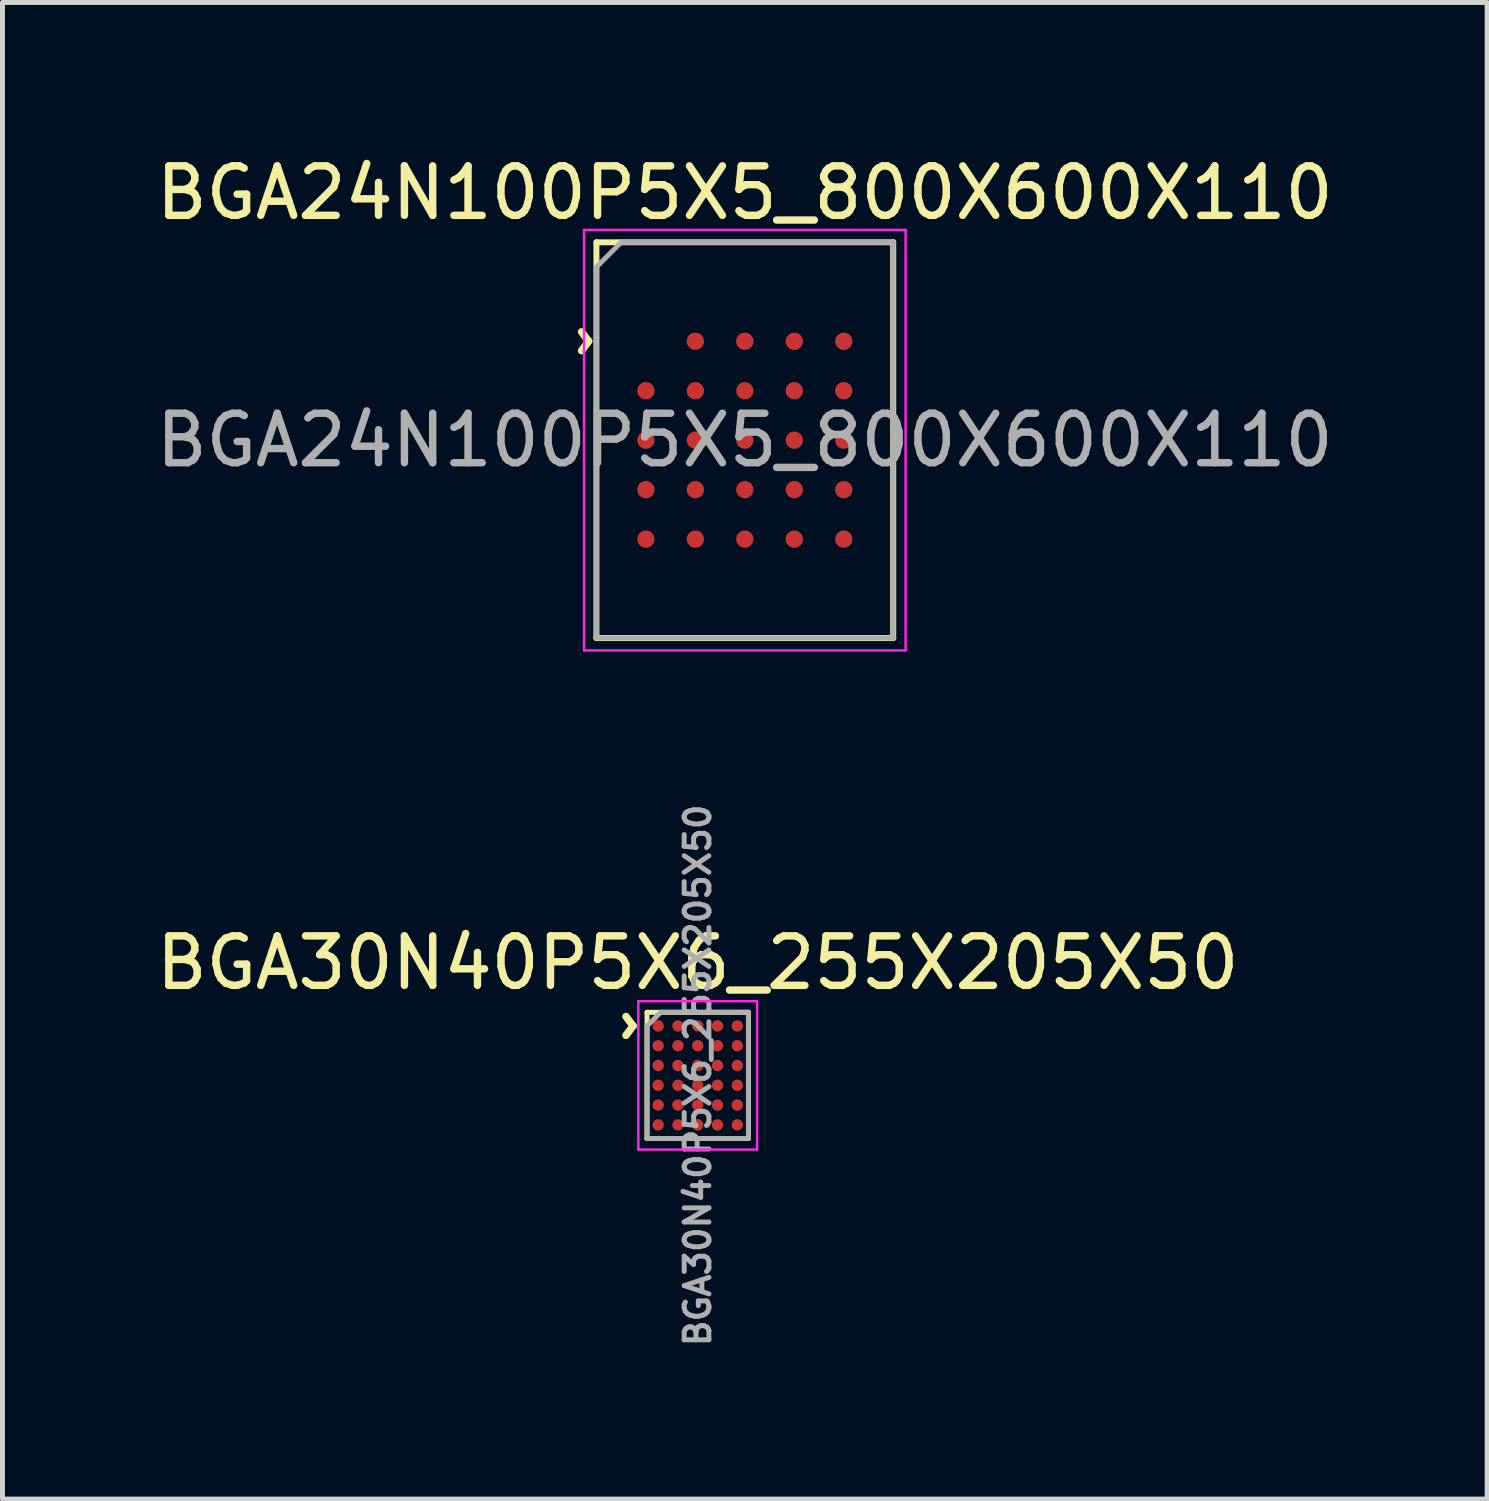
<source format=kicad_pcb>
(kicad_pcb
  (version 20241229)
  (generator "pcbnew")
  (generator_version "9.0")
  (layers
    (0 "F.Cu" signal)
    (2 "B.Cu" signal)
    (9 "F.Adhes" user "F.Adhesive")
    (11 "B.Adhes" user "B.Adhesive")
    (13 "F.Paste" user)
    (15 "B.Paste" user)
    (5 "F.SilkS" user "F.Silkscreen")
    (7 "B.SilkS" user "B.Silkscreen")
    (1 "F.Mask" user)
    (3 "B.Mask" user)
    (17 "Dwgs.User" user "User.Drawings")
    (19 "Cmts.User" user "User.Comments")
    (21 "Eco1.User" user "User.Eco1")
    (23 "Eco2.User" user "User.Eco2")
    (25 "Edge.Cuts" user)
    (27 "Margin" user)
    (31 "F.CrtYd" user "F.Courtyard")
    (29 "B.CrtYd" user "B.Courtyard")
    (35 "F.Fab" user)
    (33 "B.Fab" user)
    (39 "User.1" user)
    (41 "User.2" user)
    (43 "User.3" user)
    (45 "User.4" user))
  (footprint "BGA24N100P5X5_800X600X110"
    (layer "F.Cu")
    (at 12.006 5.848)
    (property "Reference" "BGA24N100P5X5_800X600X110" (at 0 -5 0) (unlocked yes) (layer "F.SilkS") (effects (font (size 1 1) (thickness 0.15))))
    (attr smd)
    (fp_line (start -3 -4) (end -3 4) (stroke (width 0.12) (type solid)) (layer "F.SilkS"))
    (fp_line (start -3 4) (end 3 4) (stroke (width 0.12) (type solid)) (layer "F.SilkS"))
    (fp_line (start 3 -4) (end -3 -4) (stroke (width 0.12) (type solid)) (layer "F.SilkS"))
    (fp_line (start 3 4) (end 3 -4) (stroke (width 0.12) (type solid)) (layer "F.SilkS"))
    (fp_line (start -3.25 -4.25) (end -3.25 4.25) (stroke (width 0.05) (type solid)) (layer "F.CrtYd"))
    (fp_line (start -3.25 4.25) (end 3.25 4.25) (stroke (width 0.05) (type solid)) (layer "F.CrtYd"))
    (fp_line (start 3.25 -4.25) (end -3.25 -4.25) (stroke (width 0.05) (type solid)) (layer "F.CrtYd"))
    (fp_line (start 3.25 4.25) (end 3.25 -4.25) (stroke (width 0.05) (type solid)) (layer "F.CrtYd"))
    (fp_line (start -3 -3.5) (end -2.5 -4) (stroke (width 0.1) (type solid)) (layer "F.Fab"))
    (fp_line (start -3 4) (end -3 -3.5) (stroke (width 0.1) (type solid)) (layer "F.Fab"))
    (fp_line (start -2.5 -4) (end 3 -4) (stroke (width 0.1) (type solid)) (layer "F.Fab"))
    (fp_line (start 3 -4) (end 3 4) (stroke (width 0.1) (type solid)) (layer "F.Fab"))
    (fp_line (start 3 4) (end -3 4) (stroke (width 0.1) (type solid)) (layer "F.Fab"))
    (fp_text user "^" (at -3.75 -2 270) (unlocked yes) (layer "F.SilkS") (effects (font (size 1 1) (thickness 0.15))))
    (fp_text user "${REFERENCE}" (at 0 0 0) (unlocked yes) (layer "F.Fab") (effects (font (size 1 1) (thickness 0.15))))
    (pad "A2" smd circle (at -1 -2) (size 0.35 0.35) (layers "F.Cu" "F.Mask" "F.Paste"))
    (pad "A3" smd circle (at 0 -2) (size 0.35 0.35) (layers "F.Cu" "F.Mask" "F.Paste"))
    (pad "A4" smd circle (at 1 -2) (size 0.35 0.35) (layers "F.Cu" "F.Mask" "F.Paste"))
    (pad "A5" smd circle (at 2 -2) (size 0.35 0.35) (layers "F.Cu" "F.Mask" "F.Paste"))
    (pad "B1" smd circle (at -2 -1) (size 0.35 0.35) (layers "F.Cu" "F.Mask" "F.Paste"))
    (pad "B2" smd circle (at -1 -1) (size 0.35 0.35) (layers "F.Cu" "F.Mask" "F.Paste"))
    (pad "B3" smd circle (at 0 -1) (size 0.35 0.35) (layers "F.Cu" "F.Mask" "F.Paste"))
    (pad "B4" smd circle (at 1 -1) (size 0.35 0.35) (layers "F.Cu" "F.Mask" "F.Paste"))
    (pad "B5" smd circle (at 2 -1) (size 0.35 0.35) (layers "F.Cu" "F.Mask" "F.Paste"))
    (pad "C1" smd circle (at -2 0) (size 0.35 0.35) (layers "F.Cu" "F.Mask" "F.Paste"))
    (pad "C2" smd circle (at -1 0) (size 0.35 0.35) (layers "F.Cu" "F.Mask" "F.Paste"))
    (pad "C3" smd circle (at 0 0) (size 0.35 0.35) (layers "F.Cu" "F.Mask" "F.Paste"))
    (pad "C4" smd circle (at 1 0) (size 0.35 0.35) (layers "F.Cu" "F.Mask" "F.Paste"))
    (pad "C5" smd circle (at 2 0) (size 0.35 0.35) (layers "F.Cu" "F.Mask" "F.Paste"))
    (pad "D1" smd circle (at -2 1) (size 0.35 0.35) (layers "F.Cu" "F.Mask" "F.Paste"))
    (pad "D2" smd circle (at -1 1) (size 0.35 0.35) (layers "F.Cu" "F.Mask" "F.Paste"))
    (pad "D3" smd circle (at 0 1) (size 0.35 0.35) (layers "F.Cu" "F.Mask" "F.Paste"))
    (pad "D4" smd circle (at 1 1) (size 0.35 0.35) (layers "F.Cu" "F.Mask" "F.Paste"))
    (pad "D5" smd circle (at 2 1) (size 0.35 0.35) (layers "F.Cu" "F.Mask" "F.Paste"))
    (pad "E1" smd circle (at -2 2) (size 0.35 0.35) (layers "F.Cu" "F.Mask" "F.Paste"))
    (pad "E2" smd circle (at -1 2) (size 0.35 0.35) (layers "F.Cu" "F.Mask" "F.Paste"))
    (pad "E3" smd circle (at 0 2) (size 0.35 0.35) (layers "F.Cu" "F.Mask" "F.Paste"))
    (pad "E4" smd circle (at 1 2) (size 0.35 0.35) (layers "F.Cu" "F.Mask" "F.Paste"))
    (pad "E5" smd circle (at 2 2) (size 0.35 0.35) (layers "F.Cu" "F.Mask" "F.Paste")))
  (footprint "BGA30N40P5X6_255X205X50"
    (layer "F.Cu")
    (at 11.054 18.688)
    (property "Reference" "BGA30N40P5X6_255X205X50" (at 0 -2.275 0) (layer "F.SilkS") (effects (font (size 1 1) (thickness 0.15))))
    (attr smd)
    (fp_line (start -1.025 -1.275) (end 1.025 -1.275) (stroke (width 0.1) (type solid)) (layer "F.SilkS"))
    (fp_line (start -1.025 1.275) (end -1.025 -1.275) (stroke (width 0.1) (type solid)) (layer "F.SilkS"))
    (fp_line (start 1.025 -1.275) (end 1.025 1.275) (stroke (width 0.1) (type solid)) (layer "F.SilkS"))
    (fp_line (start 1.025 1.275) (end -1.025 1.275) (stroke (width 0.1) (type solid)) (layer "F.SilkS"))
    (fp_line (start -1.2 -1.5) (end 1.2 -1.5) (stroke (width 0.05) (type solid)) (layer "F.CrtYd"))
    (fp_line (start -1.2 1.5) (end -1.2 -1.5) (stroke (width 0.05) (type solid)) (layer "F.CrtYd"))
    (fp_line (start 1.2 -1.5) (end 1.2 1.5) (stroke (width 0.05) (type solid)) (layer "F.CrtYd"))
    (fp_line (start 1.2 1.5) (end -1.2 1.5) (stroke (width 0.05) (type solid)) (layer "F.CrtYd"))
    (fp_line (start -1.025 -1) (end -1.025 1.275) (stroke (width 0.1) (type solid)) (layer "F.Fab"))
    (fp_line (start -1.025 1.275) (end 1.025 1.275) (stroke (width 0.1) (type solid)) (layer "F.Fab"))
    (fp_line (start -0.75 -1.275) (end -1.025 -1) (stroke (width 0.1) (type solid)) (layer "F.Fab"))
    (fp_line (start 1.025 -1.275) (end -0.75 -1.275) (stroke (width 0.1) (type solid)) (layer "F.Fab"))
    (fp_line (start 1.025 1.275) (end 1.025 -1.275) (stroke (width 0.1) (type solid)) (layer "F.Fab"))
    (fp_text user "^" (at -1.9 -1 270) (unlocked yes) (layer "F.SilkS") (effects (font (size 1 1) (thickness 0.15))))
    (fp_text user "${REFERENCE}" (at 0 0 90) (unlocked yes) (layer "F.Fab") (effects (font (size 0.5 0.5) (thickness 0.1))))
    (pad "A1" smd circle (at -0.8 -1) (size 0.23 0.23) (layers "F.Cu" "F.Mask" "F.Paste"))
    (pad "A2" smd circle (at -0.4 -1) (size 0.23 0.23) (layers "F.Cu" "F.Mask" "F.Paste"))
    (pad "A3" smd circle (at 0 -1) (size 0.23 0.23) (layers "F.Cu" "F.Mask" "F.Paste"))
    (pad "A4" smd circle (at 0.4 -1) (size 0.23 0.23) (layers "F.Cu" "F.Mask" "F.Paste"))
    (pad "A5" smd circle (at 0.8 -1) (size 0.23 0.23) (layers "F.Cu" "F.Mask" "F.Paste"))
    (pad "B1" smd circle (at -0.8 -0.6) (size 0.23 0.23) (layers "F.Cu" "F.Mask" "F.Paste"))
    (pad "B2" smd circle (at -0.4 -0.6) (size 0.23 0.23) (layers "F.Cu" "F.Mask" "F.Paste"))
    (pad "B3" smd circle (at 0 -0.6) (size 0.23 0.23) (layers "F.Cu" "F.Mask" "F.Paste"))
    (pad "B4" smd circle (at 0.4 -0.6) (size 0.23 0.23) (layers "F.Cu" "F.Mask" "F.Paste"))
    (pad "B5" smd circle (at 0.8 -0.6) (size 0.23 0.23) (layers "F.Cu" "F.Mask" "F.Paste"))
    (pad "C1" smd circle (at -0.8 -0.2) (size 0.23 0.23) (layers "F.Cu" "F.Mask" "F.Paste"))
    (pad "C2" smd circle (at -0.4 -0.2) (size 0.23 0.23) (layers "F.Cu" "F.Mask" "F.Paste"))
    (pad "C3" smd circle (at 0 -0.2) (size 0.23 0.23) (layers "F.Cu" "F.Mask" "F.Paste"))
    (pad "C4" smd circle (at 0.4 -0.2) (size 0.23 0.23) (layers "F.Cu" "F.Mask" "F.Paste"))
    (pad "C5" smd circle (at 0.8 -0.2) (size 0.23 0.23) (layers "F.Cu" "F.Mask" "F.Paste"))
    (pad "D1" smd circle (at -0.8 0.2) (size 0.23 0.23) (layers "F.Cu" "F.Mask" "F.Paste"))
    (pad "D2" smd circle (at -0.4 0.2) (size 0.23 0.23) (layers "F.Cu" "F.Mask" "F.Paste"))
    (pad "D3" smd circle (at 0 0.2) (size 0.23 0.23) (layers "F.Cu" "F.Mask" "F.Paste"))
    (pad "D4" smd circle (at 0.4 0.2) (size 0.23 0.23) (layers "F.Cu" "F.Mask" "F.Paste"))
    (pad "D5" smd circle (at 0.8 0.2) (size 0.23 0.23) (layers "F.Cu" "F.Mask" "F.Paste"))
    (pad "E1" smd circle (at -0.8 0.6) (size 0.23 0.23) (layers "F.Cu" "F.Mask" "F.Paste"))
    (pad "E2" smd circle (at -0.4 0.6) (size 0.23 0.23) (layers "F.Cu" "F.Mask" "F.Paste"))
    (pad "E3" smd circle (at 0 0.6) (size 0.23 0.23) (layers "F.Cu" "F.Mask" "F.Paste"))
    (pad "E4" smd circle (at 0.4 0.6) (size 0.23 0.23) (layers "F.Cu" "F.Mask" "F.Paste"))
    (pad "E5" smd circle (at 0.8 0.6) (size 0.23 0.23) (layers "F.Cu" "F.Mask" "F.Paste"))
    (pad "F1" smd circle (at -0.8 1) (size 0.23 0.23) (layers "F.Cu" "F.Mask" "F.Paste"))
    (pad "F2" smd circle (at -0.4 1) (size 0.23 0.23) (layers "F.Cu" "F.Mask" "F.Paste"))
    (pad "F3" smd circle (at 0 1) (size 0.23 0.23) (layers "F.Cu" "F.Mask" "F.Paste"))
    (pad "F4" smd circle (at 0.4 1) (size 0.23 0.23) (layers "F.Cu" "F.Mask" "F.Paste"))
    (pad "F5" smd circle (at 0.8 1) (size 0.23 0.23) (layers "F.Cu" "F.Mask" "F.Paste")))
  (gr_rect
    (start -3 -3)
    (end 27.012 27.252)
    (stroke (width 0.1) (type default))
    (fill no)
    (layer "Edge.Cuts")))
</source>
